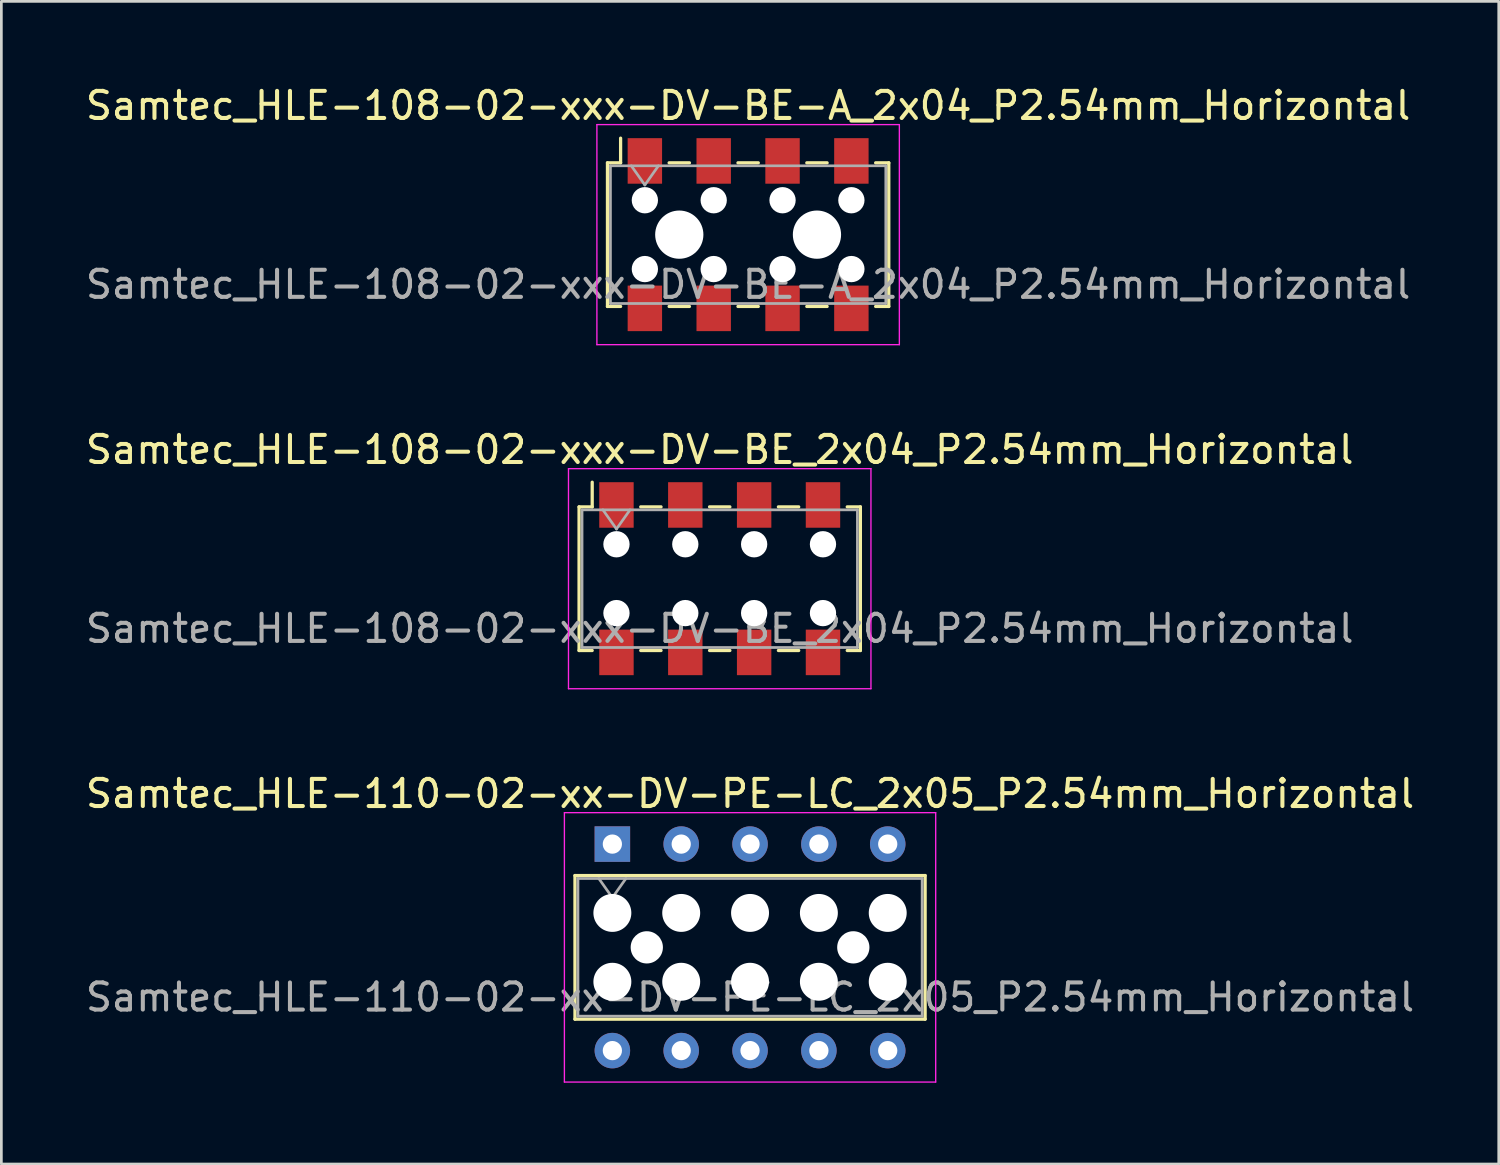
<source format=kicad_pcb>
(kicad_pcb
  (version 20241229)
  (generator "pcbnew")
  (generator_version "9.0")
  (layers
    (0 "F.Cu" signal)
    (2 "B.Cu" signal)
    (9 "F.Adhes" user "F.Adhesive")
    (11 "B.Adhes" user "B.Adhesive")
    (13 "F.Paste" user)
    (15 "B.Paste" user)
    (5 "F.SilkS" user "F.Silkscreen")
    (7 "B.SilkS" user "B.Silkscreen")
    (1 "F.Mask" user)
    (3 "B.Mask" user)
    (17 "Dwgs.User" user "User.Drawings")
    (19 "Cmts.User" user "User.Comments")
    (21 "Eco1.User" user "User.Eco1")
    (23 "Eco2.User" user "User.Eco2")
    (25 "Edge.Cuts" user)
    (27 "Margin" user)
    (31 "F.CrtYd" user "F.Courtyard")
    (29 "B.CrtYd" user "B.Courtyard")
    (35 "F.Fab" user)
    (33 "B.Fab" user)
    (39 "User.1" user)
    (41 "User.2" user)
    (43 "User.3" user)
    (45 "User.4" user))
  (footprint "Samtec_HLE-108-02-xxx-DV-BE-A_2x04_P2.54mm_Horizontal"
    (layer "F.Cu")
    (at 24.554 5.608)
    (property "Reference" "Samtec_HLE-108-02-xxx-DV-BE-A_2x04_P2.54mm_Horizontal" (at 0 -4.76 0) (layer "F.SilkS") (effects (font (size 1 1) (thickness 0.15))))
    (attr smd)
    (fp_line (start -5.19 -2.65) (end -5.19 2.65) (stroke (width 0.12) (type solid)) (layer "F.SilkS"))
    (fp_line (start -5.19 2.65) (end -4.705 2.65) (stroke (width 0.12) (type solid)) (layer "F.SilkS"))
    (fp_line (start -4.705 -3.56) (end -4.705 -2.65) (stroke (width 0.12) (type solid)) (layer "F.SilkS"))
    (fp_line (start -4.705 -2.65) (end -5.19 -2.65) (stroke (width 0.12) (type solid)) (layer "F.SilkS"))
    (fp_line (start -2.915 -2.65) (end -2.165 -2.65) (stroke (width 0.12) (type solid)) (layer "F.SilkS"))
    (fp_line (start -2.915 2.65) (end -2.165 2.65) (stroke (width 0.12) (type solid)) (layer "F.SilkS"))
    (fp_line (start -0.375 -2.65) (end 0.375 -2.65) (stroke (width 0.12) (type solid)) (layer "F.SilkS"))
    (fp_line (start -0.375 2.65) (end 0.375 2.65) (stroke (width 0.12) (type solid)) (layer "F.SilkS"))
    (fp_line (start 2.165 -2.65) (end 2.915 -2.65) (stroke (width 0.12) (type solid)) (layer "F.SilkS"))
    (fp_line (start 2.165 2.65) (end 2.915 2.65) (stroke (width 0.12) (type solid)) (layer "F.SilkS"))
    (fp_line (start 4.705 -2.65) (end 5.19 -2.65) (stroke (width 0.12) (type solid)) (layer "F.SilkS"))
    (fp_line (start 5.19 -2.65) (end 5.19 2.65) (stroke (width 0.12) (type solid)) (layer "F.SilkS"))
    (fp_line (start 5.19 2.65) (end 4.705 2.65) (stroke (width 0.12) (type solid)) (layer "F.SilkS"))
    (fp_line (start -5.58 -4.06) (end 5.58 -4.06) (stroke (width 0.05) (type solid)) (layer "F.CrtYd"))
    (fp_line (start -5.58 4.06) (end -5.58 -4.06) (stroke (width 0.05) (type solid)) (layer "F.CrtYd"))
    (fp_line (start 5.58 -4.06) (end 5.58 4.06) (stroke (width 0.05) (type solid)) (layer "F.CrtYd"))
    (fp_line (start 5.58 4.06) (end -5.58 4.06) (stroke (width 0.05) (type solid)) (layer "F.CrtYd"))
    (fp_line (start -5.08 -2.54) (end 5.08 -2.54) (stroke (width 0.1) (type solid)) (layer "F.Fab"))
    (fp_line (start -5.08 2.54) (end -5.08 -2.54) (stroke (width 0.1) (type solid)) (layer "F.Fab"))
    (fp_line (start -4.31 -2.54) (end -3.81 -1.833) (stroke (width 0.1) (type solid)) (layer "F.Fab"))
    (fp_line (start -3.81 -1.833) (end -3.31 -2.54) (stroke (width 0.1) (type solid)) (layer "F.Fab"))
    (fp_line (start 5.08 -2.54) (end 5.08 2.54) (stroke (width 0.1) (type solid)) (layer "F.Fab"))
    (fp_line (start 5.08 2.54) (end -5.08 2.54) (stroke (width 0.1) (type solid)) (layer "F.Fab"))
    (fp_text user "${REFERENCE}" (at 0 1.84 0) (layer "F.Fab") (effects (font (size 1 1) (thickness 0.15))))
    (pad "" np_thru_hole circle (at -3.81 -1.27) (size 0.97 0.97) (drill 0.97) (layers "*.Cu" "*.Mask"))
    (pad "" np_thru_hole circle (at -3.81 1.27) (size 0.97 0.97) (drill 0.97) (layers "*.Cu" "*.Mask"))
    (pad "" np_thru_hole circle (at -2.54 0) (size 1.78 1.78) (drill 1.78) (layers "*.Cu" "*.Mask"))
    (pad "" np_thru_hole circle (at -1.27 -1.27) (size 0.97 0.97) (drill 0.97) (layers "*.Cu" "*.Mask"))
    (pad "" np_thru_hole circle (at -1.27 1.27) (size 0.97 0.97) (drill 0.97) (layers "*.Cu" "*.Mask"))
    (pad "" np_thru_hole circle (at 1.27 -1.27) (size 0.97 0.97) (drill 0.97) (layers "*.Cu" "*.Mask"))
    (pad "" np_thru_hole circle (at 1.27 1.27) (size 0.97 0.97) (drill 0.97) (layers "*.Cu" "*.Mask"))
    (pad "" np_thru_hole circle (at 2.54 0) (size 1.78 1.78) (drill 1.78) (layers "*.Cu" "*.Mask"))
    (pad "" np_thru_hole circle (at 3.81 -1.27) (size 0.97 0.97) (drill 0.97) (layers "*.Cu" "*.Mask"))
    (pad "" np_thru_hole circle (at 3.81 1.27) (size 0.97 0.97) (drill 0.97) (layers "*.Cu" "*.Mask"))
    (pad "1" smd rect (at -3.81 -2.72) (size 1.27 1.68) (layers "F.Cu" "F.Mask" "F.Paste"))
    (pad "2" smd rect (at -3.81 2.72) (size 1.27 1.68) (layers "F.Cu" "F.Mask" "F.Paste"))
    (pad "3" smd rect (at -1.27 -2.72) (size 1.27 1.68) (layers "F.Cu" "F.Mask" "F.Paste"))
    (pad "4" smd rect (at -1.27 2.72) (size 1.27 1.68) (layers "F.Cu" "F.Mask" "F.Paste"))
    (pad "5" smd rect (at 1.27 -2.72) (size 1.27 1.68) (layers "F.Cu" "F.Mask" "F.Paste"))
    (pad "6" smd rect (at 1.27 2.72) (size 1.27 1.68) (layers "F.Cu" "F.Mask" "F.Paste"))
    (pad "7" smd rect (at 3.81 -2.72) (size 1.27 1.68) (layers "F.Cu" "F.Mask" "F.Paste"))
    (pad "8" smd rect (at 3.81 2.72) (size 1.27 1.68) (layers "F.Cu" "F.Mask" "F.Paste")))
  (footprint "Samtec_HLE-110-02-xx-DV-PE-LC_2x05_P2.54mm_Horizontal"
    (layer "F.Cu")
    (at 19.545 28.095)
    (property "Reference" "Samtec_HLE-110-02-xx-DV-PE-LC_2x05_P2.54mm_Horizontal" (at 5.08 -1.86 0) (layer "F.SilkS") (effects (font (size 1 1) (thickness 0.15))))
    (attr through_hole)
    (fp_line (start -1.38 1.16) (end 11.54 1.16) (stroke (width 0.12) (type solid)) (layer "F.SilkS"))
    (fp_line (start -1.38 6.46) (end -1.38 1.16) (stroke (width 0.12) (type solid)) (layer "F.SilkS"))
    (fp_line (start 11.54 1.16) (end 11.54 6.46) (stroke (width 0.12) (type solid)) (layer "F.SilkS"))
    (fp_line (start 11.54 6.46) (end -1.38 6.46) (stroke (width 0.12) (type solid)) (layer "F.SilkS"))
    (fp_line (start -1.77 -1.16) (end 11.93 -1.16) (stroke (width 0.05) (type solid)) (layer "F.CrtYd"))
    (fp_line (start -1.77 8.78) (end -1.77 -1.16) (stroke (width 0.05) (type solid)) (layer "F.CrtYd"))
    (fp_line (start 11.93 -1.16) (end 11.93 8.78) (stroke (width 0.05) (type solid)) (layer "F.CrtYd"))
    (fp_line (start 11.93 8.78) (end -1.77 8.78) (stroke (width 0.05) (type solid)) (layer "F.CrtYd"))
    (fp_line (start -1.27 1.27) (end 11.43 1.27) (stroke (width 0.1) (type solid)) (layer "F.Fab"))
    (fp_line (start -1.27 6.35) (end -1.27 1.27) (stroke (width 0.1) (type solid)) (layer "F.Fab"))
    (fp_line (start -0.5 1.27) (end 0 1.977) (stroke (width 0.1) (type solid)) (layer "F.Fab"))
    (fp_line (start 0 1.977) (end 0.5 1.27) (stroke (width 0.1) (type solid)) (layer "F.Fab"))
    (fp_line (start 11.43 1.27) (end 11.43 6.35) (stroke (width 0.1) (type solid)) (layer "F.Fab"))
    (fp_line (start 11.43 6.35) (end -1.27 6.35) (stroke (width 0.1) (type solid)) (layer "F.Fab"))
    (fp_text user "${REFERENCE}" (at 5.08 5.65 0) (layer "F.Fab") (effects (font (size 1 1) (thickness 0.15))))
    (pad "" np_thru_hole circle (at 0 2.54) (size 1.4 1.4) (drill 1.4) (layers "*.Cu" "*.Mask"))
    (pad "" np_thru_hole circle (at 0 5.08) (size 1.4 1.4) (drill 1.4) (layers "*.Cu" "*.Mask"))
    (pad "" np_thru_hole circle (at 1.27 3.81) (size 1.19 1.19) (drill 1.19) (layers "*.Cu" "*.Mask"))
    (pad "" np_thru_hole circle (at 2.54 2.54) (size 1.4 1.4) (drill 1.4) (layers "*.Cu" "*.Mask"))
    (pad "" np_thru_hole circle (at 2.54 5.08) (size 1.4 1.4) (drill 1.4) (layers "*.Cu" "*.Mask"))
    (pad "" np_thru_hole circle (at 5.08 2.54) (size 1.4 1.4) (drill 1.4) (layers "*.Cu" "*.Mask"))
    (pad "" np_thru_hole circle (at 5.08 5.08) (size 1.4 1.4) (drill 1.4) (layers "*.Cu" "*.Mask"))
    (pad "" np_thru_hole circle (at 7.62 2.54) (size 1.4 1.4) (drill 1.4) (layers "*.Cu" "*.Mask"))
    (pad "" np_thru_hole circle (at 7.62 5.08) (size 1.4 1.4) (drill 1.4) (layers "*.Cu" "*.Mask"))
    (pad "" np_thru_hole circle (at 8.89 3.81) (size 1.19 1.19) (drill 1.19) (layers "*.Cu" "*.Mask"))
    (pad "" np_thru_hole circle (at 10.16 2.54) (size 1.4 1.4) (drill 1.4) (layers "*.Cu" "*.Mask"))
    (pad "" np_thru_hole circle (at 10.16 5.08) (size 1.4 1.4) (drill 1.4) (layers "*.Cu" "*.Mask"))
    (pad "1" thru_hole rect (at 0 0) (size 1.31 1.31) (drill 0.71) (layers "*.Cu" "*.Mask"))
    (pad "2" thru_hole circle (at 0 7.62) (size 1.31 1.31) (drill 0.71) (layers "*.Cu" "*.Mask"))
    (pad "3" thru_hole circle (at 2.54 0) (size 1.31 1.31) (drill 0.71) (layers "*.Cu" "*.Mask"))
    (pad "4" thru_hole circle (at 2.54 7.62) (size 1.31 1.31) (drill 0.71) (layers "*.Cu" "*.Mask"))
    (pad "5" thru_hole circle (at 5.08 0) (size 1.31 1.31) (drill 0.71) (layers "*.Cu" "*.Mask"))
    (pad "6" thru_hole circle (at 5.08 7.62) (size 1.31 1.31) (drill 0.71) (layers "*.Cu" "*.Mask"))
    (pad "7" thru_hole circle (at 7.62 0) (size 1.31 1.31) (drill 0.71) (layers "*.Cu" "*.Mask"))
    (pad "8" thru_hole circle (at 7.62 7.62) (size 1.31 1.31) (drill 0.71) (layers "*.Cu" "*.Mask"))
    (pad "9" thru_hole circle (at 10.16 0) (size 1.31 1.31) (drill 0.71) (layers "*.Cu" "*.Mask"))
    (pad "10" thru_hole circle (at 10.16 7.62) (size 1.31 1.31) (drill 0.71) (layers "*.Cu" "*.Mask")))
  (footprint "Samtec_HLE-108-02-xxx-DV-BE_2x04_P2.54mm_Horizontal"
    (layer "F.Cu")
    (at 23.506 18.302)
    (property "Reference" "Samtec_HLE-108-02-xxx-DV-BE_2x04_P2.54mm_Horizontal" (at 0 -4.76 0) (layer "F.SilkS") (effects (font (size 1 1) (thickness 0.15))))
    (attr smd)
    (fp_line (start -5.19 -2.65) (end -5.19 2.65) (stroke (width 0.12) (type solid)) (layer "F.SilkS"))
    (fp_line (start -5.19 2.65) (end -4.705 2.65) (stroke (width 0.12) (type solid)) (layer "F.SilkS"))
    (fp_line (start -4.705 -3.56) (end -4.705 -2.65) (stroke (width 0.12) (type solid)) (layer "F.SilkS"))
    (fp_line (start -4.705 -2.65) (end -5.19 -2.65) (stroke (width 0.12) (type solid)) (layer "F.SilkS"))
    (fp_line (start -2.915 -2.65) (end -2.165 -2.65) (stroke (width 0.12) (type solid)) (layer "F.SilkS"))
    (fp_line (start -2.915 2.65) (end -2.165 2.65) (stroke (width 0.12) (type solid)) (layer "F.SilkS"))
    (fp_line (start -0.375 -2.65) (end 0.375 -2.65) (stroke (width 0.12) (type solid)) (layer "F.SilkS"))
    (fp_line (start -0.375 2.65) (end 0.375 2.65) (stroke (width 0.12) (type solid)) (layer "F.SilkS"))
    (fp_line (start 2.165 -2.65) (end 2.915 -2.65) (stroke (width 0.12) (type solid)) (layer "F.SilkS"))
    (fp_line (start 2.165 2.65) (end 2.915 2.65) (stroke (width 0.12) (type solid)) (layer "F.SilkS"))
    (fp_line (start 4.705 -2.65) (end 5.19 -2.65) (stroke (width 0.12) (type solid)) (layer "F.SilkS"))
    (fp_line (start 5.19 -2.65) (end 5.19 2.65) (stroke (width 0.12) (type solid)) (layer "F.SilkS"))
    (fp_line (start 5.19 2.65) (end 4.705 2.65) (stroke (width 0.12) (type solid)) (layer "F.SilkS"))
    (fp_line (start -5.58 -4.06) (end 5.58 -4.06) (stroke (width 0.05) (type solid)) (layer "F.CrtYd"))
    (fp_line (start -5.58 4.06) (end -5.58 -4.06) (stroke (width 0.05) (type solid)) (layer "F.CrtYd"))
    (fp_line (start 5.58 -4.06) (end 5.58 4.06) (stroke (width 0.05) (type solid)) (layer "F.CrtYd"))
    (fp_line (start 5.58 4.06) (end -5.58 4.06) (stroke (width 0.05) (type solid)) (layer "F.CrtYd"))
    (fp_line (start -5.08 -2.54) (end 5.08 -2.54) (stroke (width 0.1) (type solid)) (layer "F.Fab"))
    (fp_line (start -5.08 2.54) (end -5.08 -2.54) (stroke (width 0.1) (type solid)) (layer "F.Fab"))
    (fp_line (start -4.31 -2.54) (end -3.81 -1.833) (stroke (width 0.1) (type solid)) (layer "F.Fab"))
    (fp_line (start -3.81 -1.833) (end -3.31 -2.54) (stroke (width 0.1) (type solid)) (layer "F.Fab"))
    (fp_line (start 5.08 -2.54) (end 5.08 2.54) (stroke (width 0.1) (type solid)) (layer "F.Fab"))
    (fp_line (start 5.08 2.54) (end -5.08 2.54) (stroke (width 0.1) (type solid)) (layer "F.Fab"))
    (fp_text user "${REFERENCE}" (at 0 1.84 0) (layer "F.Fab") (effects (font (size 1 1) (thickness 0.15))))
    (pad "" np_thru_hole circle (at -3.81 -1.27) (size 0.97 0.97) (drill 0.97) (layers "*.Cu" "*.Mask"))
    (pad "" np_thru_hole circle (at -3.81 1.27) (size 0.97 0.97) (drill 0.97) (layers "*.Cu" "*.Mask"))
    (pad "" np_thru_hole circle (at -1.27 -1.27) (size 0.97 0.97) (drill 0.97) (layers "*.Cu" "*.Mask"))
    (pad "" np_thru_hole circle (at -1.27 1.27) (size 0.97 0.97) (drill 0.97) (layers "*.Cu" "*.Mask"))
    (pad "" np_thru_hole circle (at 1.27 -1.27) (size 0.97 0.97) (drill 0.97) (layers "*.Cu" "*.Mask"))
    (pad "" np_thru_hole circle (at 1.27 1.27) (size 0.97 0.97) (drill 0.97) (layers "*.Cu" "*.Mask"))
    (pad "" np_thru_hole circle (at 3.81 -1.27) (size 0.97 0.97) (drill 0.97) (layers "*.Cu" "*.Mask"))
    (pad "" np_thru_hole circle (at 3.81 1.27) (size 0.97 0.97) (drill 0.97) (layers "*.Cu" "*.Mask"))
    (pad "1" smd rect (at -3.81 -2.72) (size 1.27 1.68) (layers "F.Cu" "F.Mask" "F.Paste"))
    (pad "2" smd rect (at -3.81 2.72) (size 1.27 1.68) (layers "F.Cu" "F.Mask" "F.Paste"))
    (pad "3" smd rect (at -1.27 -2.72) (size 1.27 1.68) (layers "F.Cu" "F.Mask" "F.Paste"))
    (pad "4" smd rect (at -1.27 2.72) (size 1.27 1.68) (layers "F.Cu" "F.Mask" "F.Paste"))
    (pad "5" smd rect (at 1.27 -2.72) (size 1.27 1.68) (layers "F.Cu" "F.Mask" "F.Paste"))
    (pad "6" smd rect (at 1.27 2.72) (size 1.27 1.68) (layers "F.Cu" "F.Mask" "F.Paste"))
    (pad "7" smd rect (at 3.81 -2.72) (size 1.27 1.68) (layers "F.Cu" "F.Mask" "F.Paste"))
    (pad "8" smd rect (at 3.81 2.72) (size 1.27 1.68) (layers "F.Cu" "F.Mask" "F.Paste")))
  (gr_rect
    (start -3 -3)
    (end 52.25 39.9)
    (stroke (width 0.1) (type default))
    (fill no)
    (layer "Edge.Cuts")))
</source>
